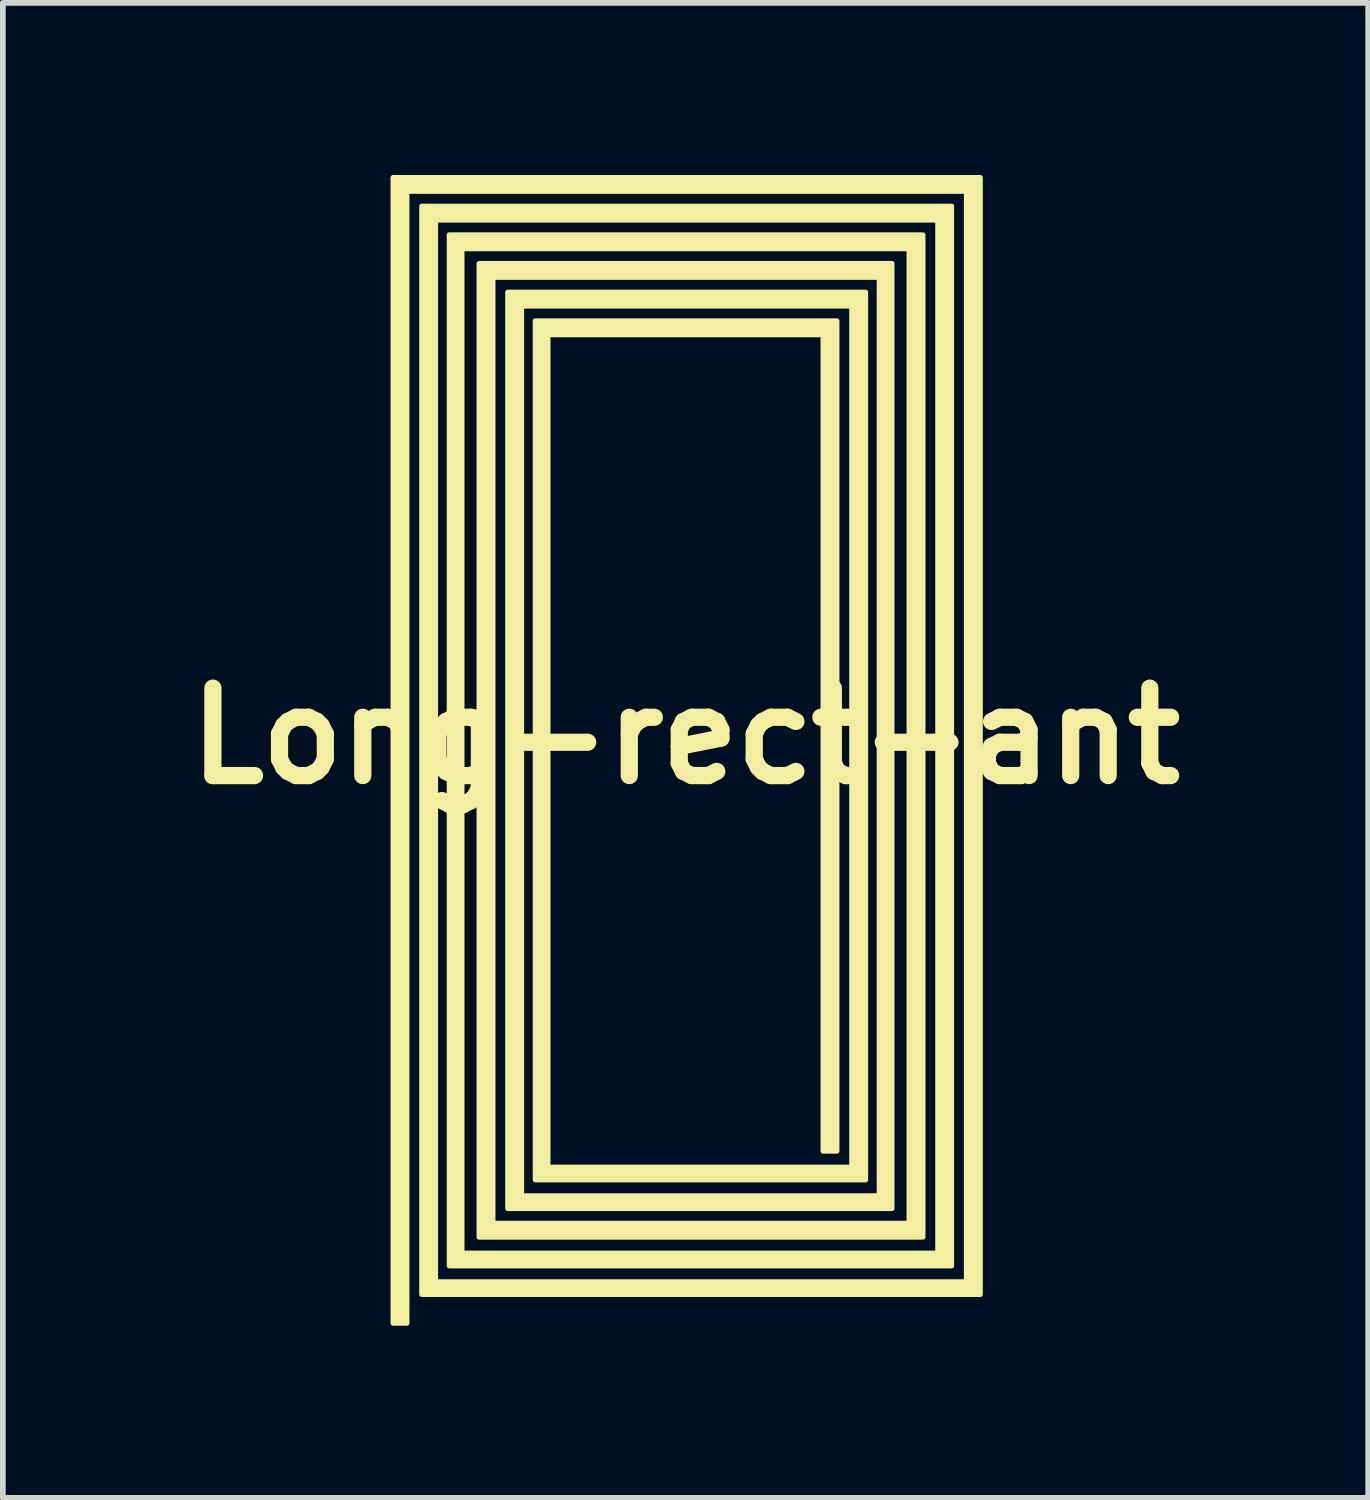
<source format=kicad_pcb>
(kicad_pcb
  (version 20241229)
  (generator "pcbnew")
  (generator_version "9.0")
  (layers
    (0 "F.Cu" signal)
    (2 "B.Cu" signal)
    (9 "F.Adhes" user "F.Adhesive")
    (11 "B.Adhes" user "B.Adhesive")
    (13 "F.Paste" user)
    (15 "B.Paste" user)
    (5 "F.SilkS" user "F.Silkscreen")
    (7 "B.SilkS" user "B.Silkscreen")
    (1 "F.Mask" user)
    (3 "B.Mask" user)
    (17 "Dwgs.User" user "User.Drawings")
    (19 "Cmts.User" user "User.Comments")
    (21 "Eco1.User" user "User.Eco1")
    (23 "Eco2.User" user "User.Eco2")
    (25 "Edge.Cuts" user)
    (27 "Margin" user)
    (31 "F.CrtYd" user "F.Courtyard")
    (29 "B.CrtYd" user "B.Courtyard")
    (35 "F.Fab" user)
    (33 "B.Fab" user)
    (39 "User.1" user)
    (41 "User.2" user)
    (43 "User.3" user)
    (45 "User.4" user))
  (footprint "Long-rect-ant"
    (layer "F.Cu")
    (at 8.897 9.777)
    (property "Reference" "Long-rect-ant" (at 0 0 0) (layer "F.SilkS") (effects (font (size 1.524 1.524) (thickness 0.3))))
    (attr through_hole)
    (fp_poly (pts (xy 5.136 9.732) (xy 0.27 9.732) (xy -4.596 9.732) (xy -4.596 0.25) (xy -4.596 -9.233) (xy 0.02 -9.233) (xy 4.636 -9.233) (xy 4.636 0) (xy 4.636 9.233) (xy 0.26 9.233) (xy -4.117 9.233) (xy -4.117 0.25) (xy -4.117 -8.733) (xy 0.01 -8.733) (xy 4.137 -8.733) (xy 4.137 0) (xy 4.137 8.733) (xy 0.27 8.733) (xy -3.597 8.733) (xy -3.597 0.25) (xy -3.597 -8.234) (xy 0 -8.234) (xy 3.597 -8.234) (xy 3.597 0) (xy 3.597 8.234) (xy 0.25 8.234) (xy -3.098 8.234) (xy -3.098 0.25) (xy -3.098 -7.734) (xy 0.02 -7.734) (xy 3.138 -7.734) (xy 3.138 0) (xy 3.138 7.734) (xy 0.26 7.734) (xy -2.618 7.734) (xy -2.618 0.25) (xy -2.618 -7.234) (xy 0.01 -7.234) (xy 2.638 -7.234) (xy 2.638 0) (xy 2.638 7.234) (xy 2.518 7.234) (xy 2.398 7.234) (xy 2.398 0.12) (xy 2.398 -6.994) (xy 0 -6.994) (xy -2.398 -6.994) (xy -2.398 0.26) (xy -2.398 7.514) (xy 0.25 7.514) (xy 2.898 7.514) (xy 2.898 0.01) (xy 2.898 -7.494) (xy 0.02 -7.494) (xy -2.858 -7.494) (xy -2.858 0.26) (xy -2.858 8.014) (xy 0.26 8.014) (xy 3.377 8.014) (xy 3.377 0.01) (xy 3.377 -7.994) (xy 0.01 -7.994) (xy -3.357 -7.994) (xy -3.357 0.25) (xy -3.357 8.493) (xy 0.27 8.493) (xy 3.897 8.493) (xy 3.897 0) (xy 3.897 -8.493) (xy 0 -8.493) (xy -3.897 -8.493) (xy -3.897 0.26) (xy -3.897 9.013) (xy 0.25 9.013) (xy 4.397 9.013) (xy 4.397 0.01) (xy 4.397 -8.993) (xy 0.02 -8.993) (xy -4.357 -8.993) (xy -4.357 0.26) (xy -4.357 9.513) (xy 0.27 9.513) (xy 4.896 9.513) (xy 4.896 0.01) (xy 4.896 -9.493) (xy 0.02 -9.493) (xy -4.856 -9.493) (xy -4.856 0.37) (xy -4.856 10.232) (xy -4.976 10.232) (xy -5.096 10.232) (xy -5.096 0.25) (xy -5.096 -9.732) (xy 0.02 -9.732) (xy 5.136 -9.732) (xy 5.136 0) (xy 5.136 9.732)) (stroke (width 0.09) (type solid)) (fill yes) (layer "F.SilkS")))
  (gr_rect
    (start -3 -3)
    (end 20.795 23.054)
    (stroke (width 0.1) (type default))
    (fill no)
    (layer "Edge.Cuts")))
</source>
